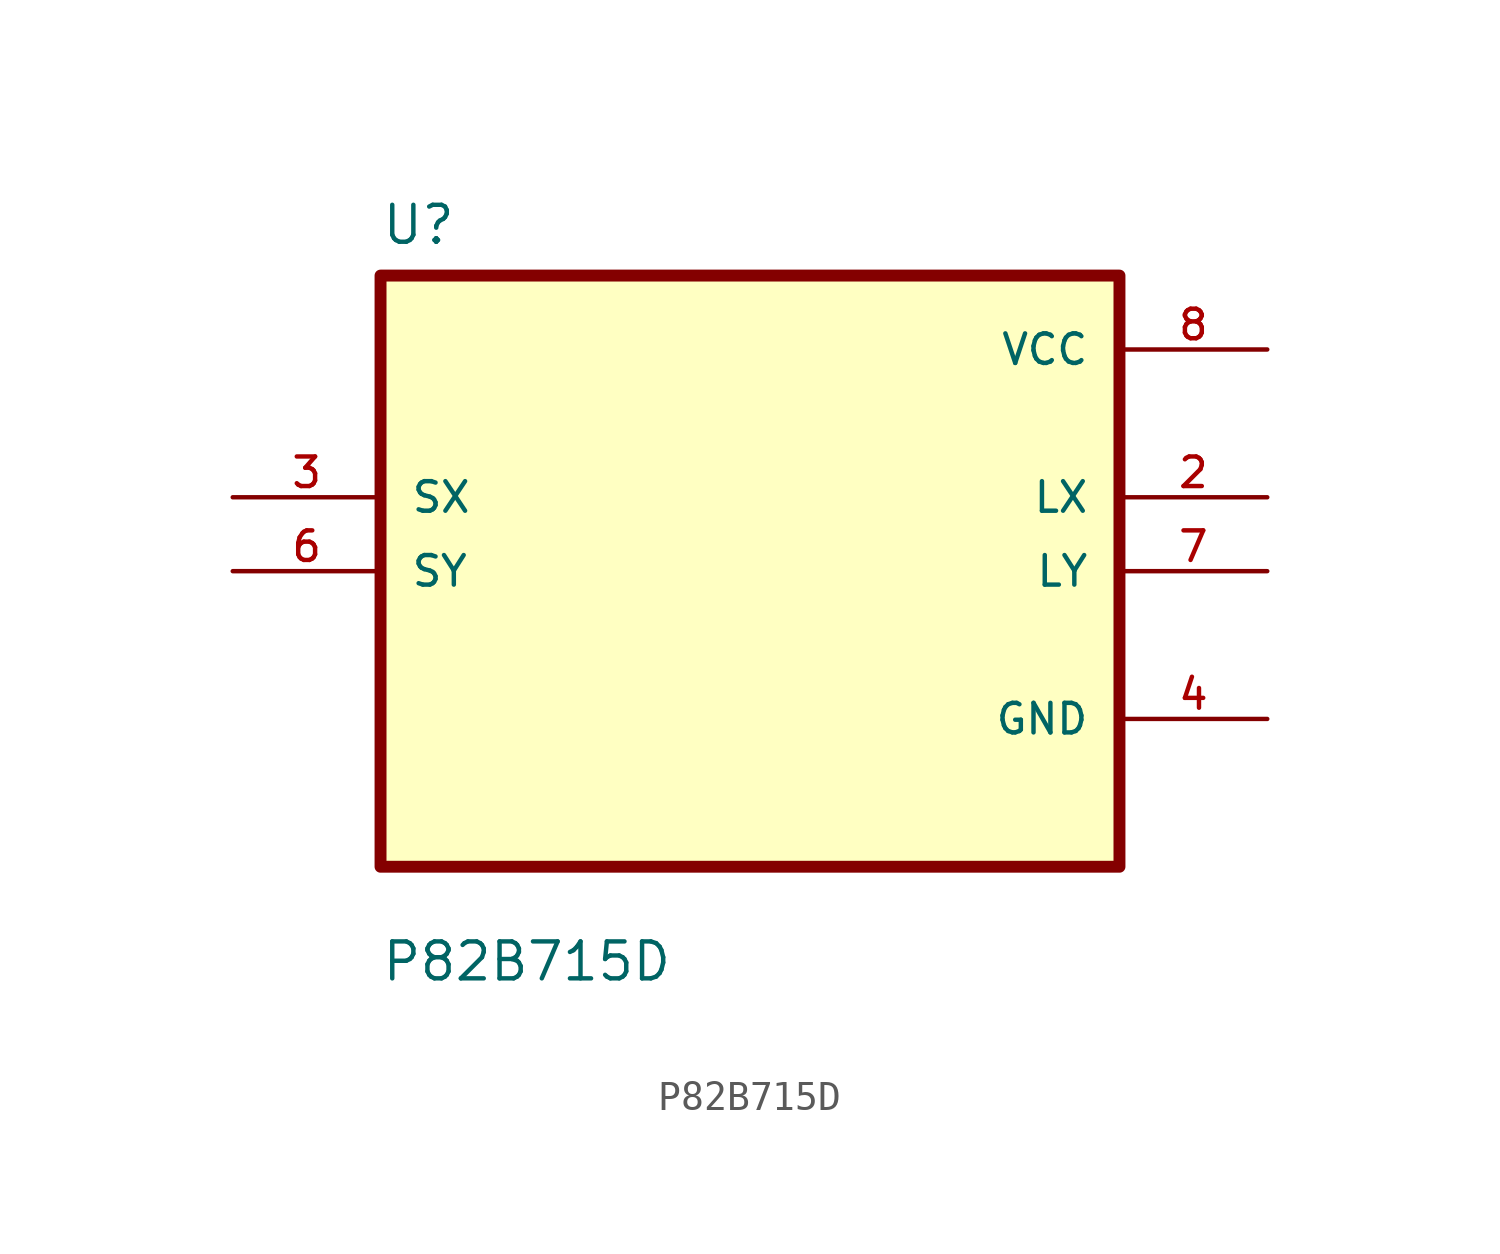
<source format=kicad_sym>
(kicad_symbol_lib
  (version 20211014)
  (generator kicad_symbol_editor)
  (symbol "P82B715D"
    (pin_names
      (offset 1.016))
    (property "Reference" "U"
      (at -12.7 11.16 0.0)
      (effects (font (size 1.27 1.27)) (justify bottom left)))
    (property "Value" "P82B715D"
      (at -12.7 -14.16 0.0)
      (effects (font (size 1.27 1.27)) (justify bottom left)))
    (symbol "P82B715D_0_0"
      (rectangle (start -12.7 -10.16) (end 12.7 10.16) (stroke (width 0.41)) (fill (type background)))
      (pin input line (at -17.78 2.54 0) (length 5.08) (name "SX" (effects (font (size 1.016 1.016)))) (number "3" (effects (font (size 1.016 1.016)))))
      (pin input line (at -17.78 0.0 0) (length 5.08) (name "SY" (effects (font (size 1.016 1.016)))) (number "6" (effects (font (size 1.016 1.016)))))
      (pin power_in line (at 17.78 7.62 180.0) (length 5.08) (name "VCC" (effects (font (size 1.016 1.016)))) (number "8" (effects (font (size 1.016 1.016)))))
      (pin output line (at 17.78 2.54 180.0) (length 5.08) (name "LX" (effects (font (size 1.016 1.016)))) (number "2" (effects (font (size 1.016 1.016)))))
      (pin output line (at 17.78 0.0 180.0) (length 5.08) (name "LY" (effects (font (size 1.016 1.016)))) (number "7" (effects (font (size 1.016 1.016)))))
      (pin power_in line (at 17.78 -5.08 180.0) (length 5.08) (name "GND" (effects (font (size 1.016 1.016)))) (number "4" (effects (font (size 1.016 1.016))))))))
</source>
